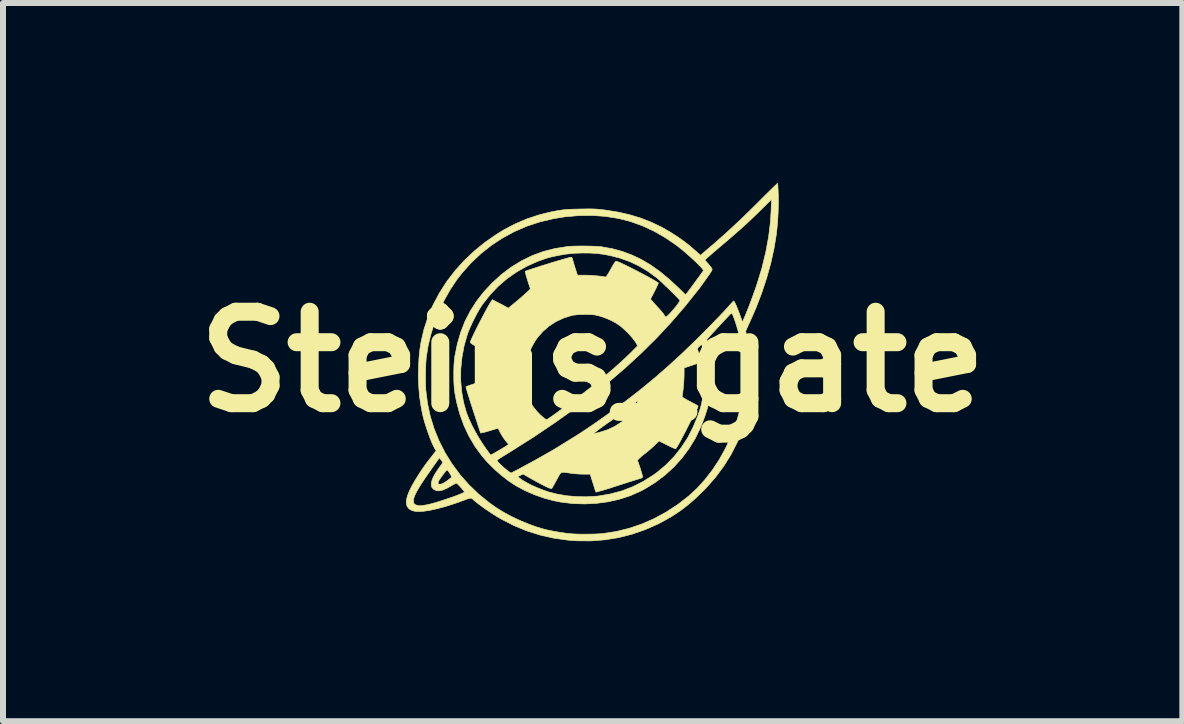
<source format=kicad_pcb>
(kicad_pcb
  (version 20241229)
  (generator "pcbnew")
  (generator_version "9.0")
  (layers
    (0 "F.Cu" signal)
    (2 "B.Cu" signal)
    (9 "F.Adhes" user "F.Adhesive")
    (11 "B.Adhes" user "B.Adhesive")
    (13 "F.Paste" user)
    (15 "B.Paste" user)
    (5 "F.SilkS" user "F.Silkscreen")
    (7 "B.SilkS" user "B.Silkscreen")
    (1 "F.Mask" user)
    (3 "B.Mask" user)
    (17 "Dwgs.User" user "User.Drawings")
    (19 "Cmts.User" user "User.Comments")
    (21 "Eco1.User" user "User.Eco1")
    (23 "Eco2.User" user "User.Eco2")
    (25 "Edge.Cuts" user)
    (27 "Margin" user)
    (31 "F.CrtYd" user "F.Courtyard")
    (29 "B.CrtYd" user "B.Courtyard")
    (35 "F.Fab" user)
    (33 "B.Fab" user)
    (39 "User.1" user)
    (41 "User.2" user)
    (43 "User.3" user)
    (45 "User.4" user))
  (footprint "Steins_gate"
    (layer "F.Cu")
    (at 6.829 2.981)
    (property "Reference" "Steins_gate" (at 0 0 0) (layer "F.SilkS") (effects (font (size 1.524 1.524) (thickness 0.3))))
    (attr through_hole)
    (fp_poly (pts (xy 3.084 -2.976) (xy 3.085 -2.965) (xy 3.087 -2.938) (xy 3.089 -2.897) (xy 3.092 -2.845) (xy 3.094 -2.788) (xy 3.096 -2.65) (xy 3.092 -2.5) (xy 3.084 -2.347) (xy 3.07 -2.199) (xy 3.062 -2.127) (xy 3.023 -1.889) (xy 2.969 -1.643) (xy 2.899 -1.393) (xy 2.816 -1.142) (xy 2.72 -0.892) (xy 2.63 -0.687) (xy 2.606 -0.635) (xy 2.585 -0.589) (xy 2.568 -0.551) (xy 2.557 -0.526) (xy 2.553 -0.517) (xy 2.553 -0.501) (xy 2.558 -0.471) (xy 2.566 -0.433) (xy 2.568 -0.423) (xy 2.602 -0.263) (xy 2.626 -0.091) (xy 2.64 0.085) (xy 2.645 0.26) (xy 2.639 0.426) (xy 2.636 0.458) (xy 2.606 0.693) (xy 2.557 0.92) (xy 2.491 1.138) (xy 2.407 1.348) (xy 2.304 1.55) (xy 2.183 1.743) (xy 2.044 1.929) (xy 1.887 2.107) (xy 1.848 2.147) (xy 1.717 2.273) (xy 1.59 2.384) (xy 1.462 2.482) (xy 1.329 2.57) (xy 1.187 2.652) (xy 1.086 2.705) (xy 0.875 2.798) (xy 0.658 2.873) (xy 0.435 2.93) (xy 0.207 2.967) (xy -0.024 2.985) (xy -0.257 2.984) (xy -0.408 2.973) (xy -0.646 2.94) (xy -0.876 2.888) (xy -1.098 2.818) (xy -1.314 2.729) (xy -1.524 2.621) (xy -1.603 2.575) (xy -1.658 2.54) (xy -1.717 2.501) (xy -1.778 2.46) (xy -1.837 2.418) (xy -1.892 2.378) (xy -1.939 2.342) (xy -1.975 2.312) (xy -1.997 2.291) (xy -2.011 2.278) (xy -2.027 2.273) (xy -2.05 2.275) (xy -2.083 2.284) (xy -2.118 2.297) (xy -2.221 2.335) (xy -2.311 2.366) (xy -2.393 2.393) (xy -2.47 2.416) (xy -2.549 2.437) (xy -2.6 2.45) (xy -2.717 2.476) (xy -2.818 2.491) (xy -2.902 2.496) (xy -2.972 2.49) (xy -3.026 2.473) (xy -3.066 2.446) (xy -3.093 2.409) (xy -3.098 2.394) (xy -3.106 2.348) (xy -3.104 2.316) (xy -2.988 2.316) (xy -2.988 2.317) (xy -2.984 2.351) (xy -2.969 2.374) (xy -2.938 2.388) (xy -2.932 2.39) (xy -2.905 2.397) (xy -2.876 2.399) (xy -2.842 2.397) (xy -2.797 2.389) (xy -2.746 2.38) (xy -2.701 2.369) (xy -2.645 2.354) (xy -2.581 2.335) (xy -2.512 2.313) (xy -2.442 2.29) (xy -2.372 2.266) (xy -2.306 2.243) (xy -2.247 2.221) (xy -2.198 2.201) (xy -2.161 2.185) (xy -2.14 2.173) (xy -2.138 2.172) (xy -2.141 2.162) (xy -2.155 2.142) (xy -2.177 2.116) (xy -2.202 2.088) (xy -2.228 2.06) (xy -2.251 2.038) (xy -2.268 2.024) (xy -2.273 2.022) (xy -2.285 2.027) (xy -2.31 2.04) (xy -2.343 2.059) (xy -2.357 2.067) (xy -2.432 2.109) (xy -2.496 2.137) (xy -2.55 2.15) (xy -2.595 2.15) (xy -2.634 2.135) (xy -2.654 2.121) (xy -2.677 2.098) (xy -2.687 2.076) (xy -2.689 2.047) (xy -2.687 2.021) (xy -2.578 2.021) (xy -2.575 2.032) (xy -2.558 2.041) (xy -2.53 2.039) (xy -2.503 2.03) (xy -2.48 2.018) (xy -2.45 1.999) (xy -2.418 1.977) (xy -2.388 1.954) (xy -2.365 1.935) (xy -2.352 1.922) (xy -2.351 1.919) (xy -2.356 1.905) (xy -2.369 1.88) (xy -2.387 1.85) (xy -2.407 1.821) (xy -2.411 1.816) (xy -2.419 1.807) (xy -2.426 1.803) (xy -2.435 1.808) (xy -2.449 1.823) (xy -2.471 1.85) (xy -2.498 1.885) (xy -2.535 1.936) (xy -2.56 1.974) (xy -2.574 2.002) (xy -2.578 2.021) (xy -2.687 2.021) (xy -2.686 2.009) (xy -2.677 1.97) (xy -2.674 1.961) (xy -2.658 1.925) (xy -2.633 1.878) (xy -2.601 1.826) (xy -2.567 1.776) (xy -2.536 1.733) (xy -2.516 1.707) (xy -2.504 1.686) (xy -2.5 1.678) (xy -2.506 1.665) (xy -2.521 1.643) (xy -2.528 1.634) (xy -2.556 1.601) (xy -2.661 1.749) (xy -2.737 1.858) (xy -2.802 1.952) (xy -2.856 2.034) (xy -2.899 2.103) (xy -2.933 2.162) (xy -2.958 2.212) (xy -2.975 2.253) (xy -2.985 2.288) (xy -2.988 2.316) (xy -3.104 2.316) (xy -3.102 2.292) (xy -3.085 2.228) (xy -3.055 2.152) (xy -3.012 2.066) (xy -2.955 1.967) (xy -2.885 1.856) (xy -2.866 1.828) (xy -2.836 1.782) (xy -2.809 1.743) (xy -2.783 1.707) (xy -2.755 1.67) (xy -2.722 1.627) (xy -2.682 1.576) (xy -2.652 1.537) (xy -2.609 1.483) (xy -2.629 1.451) (xy -2.654 1.404) (xy -2.683 1.341) (xy -2.713 1.266) (xy -2.743 1.184) (xy -2.772 1.099) (xy -2.799 1.013) (xy -2.822 0.932) (xy -2.839 0.859) (xy -2.845 0.827) (xy -2.849 0.805) (xy -2.855 0.77) (xy -2.863 0.731) (xy -2.863 0.727) (xy -2.885 0.584) (xy -2.898 0.428) (xy -2.904 0.285) (xy -2.786 0.285) (xy -2.785 0.361) (xy -2.783 0.428) (xy -2.781 0.473) (xy -2.753 0.693) (xy -2.707 0.908) (xy -2.642 1.118) (xy -2.559 1.321) (xy -2.459 1.517) (xy -2.342 1.705) (xy -2.21 1.883) (xy -2.061 2.051) (xy -1.898 2.208) (xy -1.72 2.352) (xy -1.601 2.436) (xy -1.486 2.507) (xy -1.357 2.577) (xy -1.219 2.642) (xy -1.077 2.701) (xy -0.938 2.752) (xy -0.806 2.791) (xy -0.77 2.8) (xy -0.658 2.823) (xy -0.539 2.844) (xy -0.424 2.86) (xy -0.324 2.869) (xy -0.27 2.871) (xy -0.203 2.873) (xy -0.129 2.873) (xy -0.051 2.872) (xy 0.024 2.871) (xy 0.092 2.868) (xy 0.148 2.865) (xy 0.169 2.863) (xy 0.389 2.829) (xy 0.606 2.776) (xy 0.818 2.704) (xy 1.024 2.614) (xy 1.225 2.505) (xy 1.418 2.379) (xy 1.6 2.238) (xy 1.74 2.109) (xy 1.873 1.962) (xy 1.998 1.801) (xy 2.112 1.627) (xy 2.214 1.443) (xy 2.304 1.251) (xy 2.38 1.053) (xy 2.411 0.956) (xy 2.446 0.829) (xy 2.473 0.707) (xy 2.493 0.585) (xy 2.507 0.457) (xy 2.515 0.318) (xy 2.517 0.244) (xy 2.519 0.164) (xy 2.519 0.099) (xy 2.519 0.045) (xy 2.516 -0.006) (xy 2.512 -0.056) (xy 2.505 -0.111) (xy 2.496 -0.175) (xy 2.485 -0.254) (xy 2.474 -0.311) (xy 2.459 -0.381) (xy 2.439 -0.458) (xy 2.418 -0.536) (xy 2.396 -0.611) (xy 2.375 -0.675) (xy 2.369 -0.692) (xy 2.35 -0.745) (xy 2.336 -0.781) (xy 2.325 -0.802) (xy 2.314 -0.808) (xy 2.299 -0.8) (xy 2.28 -0.781) (xy 2.252 -0.75) (xy 2.248 -0.746) (xy 2.21 -0.706) (xy 2.164 -0.657) (xy 2.114 -0.603) (xy 2.063 -0.548) (xy 2.015 -0.495) (xy 1.973 -0.45) (xy 1.941 -0.414) (xy 1.94 -0.413) (xy 1.904 -0.373) (xy 1.928 -0.28) (xy 1.95 -0.19) (xy 1.966 -0.108) (xy 1.977 -0.027) (xy 1.983 0.058) (xy 1.986 0.155) (xy 1.987 0.209) (xy 1.983 0.359) (xy 1.97 0.501) (xy 1.947 0.638) (xy 1.913 0.775) (xy 1.867 0.917) (xy 1.809 1.069) (xy 1.799 1.092) (xy 1.712 1.274) (xy 1.607 1.445) (xy 1.487 1.606) (xy 1.352 1.755) (xy 1.203 1.891) (xy 1.041 2.013) (xy 0.867 2.12) (xy 0.792 2.159) (xy 0.624 2.233) (xy 0.445 2.291) (xy 0.258 2.333) (xy 0.066 2.359) (xy -0.13 2.369) (xy -0.327 2.363) (xy -0.523 2.34) (xy -0.65 2.315) (xy -0.807 2.273) (xy -0.968 2.216) (xy -1.125 2.148) (xy -1.271 2.07) (xy -1.298 2.054) (xy -1.409 1.98) (xy -1.493 1.914) (xy -1.25 1.914) (xy -1.223 1.936) (xy -1.169 1.974) (xy -1.099 2.015) (xy -1.018 2.057) (xy -0.928 2.097) (xy -0.836 2.134) (xy -0.743 2.166) (xy -0.727 2.171) (xy -0.584 2.207) (xy -0.43 2.233) (xy -0.268 2.247) (xy -0.106 2.25) (xy 0.053 2.241) (xy 0.095 2.237) (xy 0.294 2.203) (xy 0.485 2.152) (xy 0.667 2.082) (xy 0.843 1.994) (xy 1.011 1.888) (xy 1.072 1.844) (xy 1.222 1.719) (xy 1.358 1.579) (xy 1.479 1.426) (xy 1.587 1.26) (xy 1.679 1.079) (xy 1.758 0.886) (xy 1.797 0.767) (xy 1.815 0.697) (xy 1.831 0.612) (xy 1.846 0.518) (xy 1.859 0.421) (xy 1.867 0.325) (xy 1.872 0.237) (xy 1.872 0.204) (xy 1.871 0.153) (xy 1.868 0.091) (xy 1.863 0.022) (xy 1.856 -0.049) (xy 1.849 -0.117) (xy 1.841 -0.177) (xy 1.833 -0.224) (xy 1.83 -0.239) (xy 1.817 -0.293) (xy 1.78 -0.259) (xy 1.764 -0.244) (xy 1.754 -0.232) (xy 1.75 -0.219) (xy 1.751 -0.202) (xy 1.758 -0.176) (xy 1.771 -0.137) (xy 1.787 -0.095) (xy 1.8 -0.059) (xy 1.809 -0.029) (xy 1.813 -0.01) (xy 1.813 -0.01) (xy 1.806 -0.001) (xy 1.785 0.011) (xy 1.748 0.026) (xy 1.694 0.045) (xy 1.668 0.054) (xy 1.524 0.102) (xy 1.524 0.218) (xy 1.522 0.279) (xy 1.518 0.351) (xy 1.511 0.428) (xy 1.503 0.503) (xy 1.494 0.567) (xy 1.491 0.582) (xy 1.499 0.59) (xy 1.521 0.605) (xy 1.555 0.625) (xy 1.598 0.649) (xy 1.617 0.659) (xy 1.663 0.683) (xy 1.704 0.705) (xy 1.735 0.722) (xy 1.752 0.733) (xy 1.755 0.735) (xy 1.755 0.749) (xy 1.744 0.779) (xy 1.72 0.823) (xy 1.72 0.823) (xy 1.703 0.856) (xy 1.678 0.902) (xy 1.649 0.959) (xy 1.617 1.021) (xy 1.584 1.086) (xy 1.574 1.106) (xy 1.528 1.196) (xy 1.487 1.274) (xy 1.452 1.34) (xy 1.423 1.391) (xy 1.401 1.427) (xy 1.387 1.447) (xy 1.384 1.45) (xy 1.372 1.447) (xy 1.347 1.437) (xy 1.31 1.421) (xy 1.265 1.399) (xy 1.241 1.387) (xy 1.106 1.32) (xy 1.028 1.395) (xy 0.986 1.434) (xy 0.938 1.476) (xy 0.893 1.513) (xy 0.876 1.526) (xy 0.84 1.554) (xy 0.806 1.582) (xy 0.781 1.605) (xy 0.774 1.611) (xy 0.747 1.64) (xy 0.767 1.699) (xy 0.786 1.754) (xy 0.803 1.809) (xy 0.818 1.857) (xy 0.828 1.894) (xy 0.831 1.904) (xy 0.833 1.917) (xy 0.83 1.927) (xy 0.818 1.935) (xy 0.794 1.944) (xy 0.755 1.956) (xy 0.75 1.957) (xy 0.713 1.969) (xy 0.662 1.985) (xy 0.601 2.004) (xy 0.533 2.026) (xy 0.464 2.048) (xy 0.396 2.07) (xy 0.336 2.089) (xy 0.294 2.103) (xy 0.268 2.112) (xy 0.231 2.122) (xy 0.19 2.135) (xy 0.147 2.147) (xy 0.109 2.158) (xy 0.078 2.167) (xy 0.06 2.171) (xy 0.058 2.171) (xy 0.05 2.163) (xy 0.045 2.149) (xy 0.039 2.131) (xy 0.03 2.099) (xy 0.016 2.056) (xy 0.001 2.008) (xy -0.002 2) (xy -0.041 1.873) (xy -0.153 1.873) (xy -0.214 1.871) (xy -0.281 1.867) (xy -0.344 1.86) (xy -0.369 1.857) (xy -0.428 1.847) (xy -0.47 1.842) (xy -0.5 1.841) (xy -0.523 1.848) (xy -0.541 1.864) (xy -0.559 1.891) (xy -0.58 1.93) (xy -0.601 1.969) (xy -0.627 2.016) (xy -0.65 2.057) (xy -0.668 2.089) (xy -0.68 2.108) (xy -0.683 2.111) (xy -0.697 2.112) (xy -0.727 2.103) (xy -0.774 2.082) (xy -0.836 2.051) (xy -0.915 2.009) (xy -1.011 1.956) (xy -1.016 1.953) (xy -1.16 1.871) (xy -1.25 1.914) (xy -1.493 1.914) (xy -1.523 1.891) (xy -1.635 1.793) (xy -1.739 1.69) (xy -1.779 1.646) (xy -1.594 1.646) (xy -1.586 1.659) (xy -1.566 1.682) (xy -1.537 1.712) (xy -1.502 1.744) (xy -1.465 1.777) (xy -1.428 1.807) (xy -1.395 1.832) (xy -1.37 1.848) (xy -1.357 1.853) (xy -1.347 1.848) (xy -1.323 1.835) (xy -1.286 1.816) (xy -1.238 1.791) (xy -1.184 1.762) (xy -1.147 1.742) (xy -1.081 1.706) (xy -1.013 1.669) (xy -0.949 1.634) (xy -0.892 1.602) (xy -0.847 1.577) (xy -0.837 1.571) (xy -0.791 1.545) (xy -0.746 1.519) (xy -0.709 1.498) (xy -0.687 1.486) (xy -0.664 1.472) (xy -0.627 1.45) (xy -0.579 1.421) (xy -0.523 1.386) (xy -0.462 1.348) (xy -0.398 1.309) (xy -0.334 1.269) (xy -0.274 1.232) (xy -0.22 1.198) (xy -0.212 1.193) (xy 0.021 1.193) (xy 0.026 1.195) (xy 0.042 1.192) (xy 0.074 1.185) (xy 0.112 1.176) (xy 0.247 1.133) (xy 0.37 1.075) (xy 0.482 1.003) (xy 0.58 0.918) (xy 0.663 0.821) (xy 0.669 0.812) (xy 0.689 0.782) (xy 0.71 0.747) (xy 0.73 0.712) (xy 0.746 0.68) (xy 0.756 0.658) (xy 0.757 0.652) (xy 0.754 0.651) (xy 0.745 0.656) (xy 0.728 0.668) (xy 0.7 0.689) (xy 0.659 0.721) (xy 0.633 0.742) (xy 0.595 0.771) (xy 0.547 0.806) (xy 0.498 0.843) (xy 0.463 0.868) (xy 0.421 0.899) (xy 0.381 0.927) (xy 0.348 0.951) (xy 0.329 0.966) (xy 0.299 0.987) (xy 0.269 1.007) (xy 0.264 1.01) (xy 0.246 1.023) (xy 0.217 1.043) (xy 0.18 1.07) (xy 0.14 1.099) (xy 0.101 1.128) (xy 0.066 1.155) (xy 0.04 1.175) (xy 0.025 1.187) (xy 0.021 1.193) (xy -0.212 1.193) (xy -0.199 1.184) (xy -0.164 1.161) (xy -0.116 1.129) (xy -0.061 1.092) (xy -0.002 1.052) (xy 0.055 1.013) (xy 0.318 0.827) (xy 0.567 0.643) (xy 0.805 0.458) (xy 1.035 0.268) (xy 1.261 0.071) (xy 1.487 -0.136) (xy 1.716 -0.357) (xy 1.854 -0.494) (xy 1.921 -0.562) (xy 1.988 -0.63) (xy 2.052 -0.697) (xy 2.112 -0.758) (xy 2.164 -0.813) (xy 2.207 -0.859) (xy 2.239 -0.894) (xy 2.241 -0.896) (xy 2.276 -0.936) (xy 2.307 -0.97) (xy 2.332 -0.996) (xy 2.346 -1.011) (xy 2.35 -1.014) (xy 2.358 -1.007) (xy 2.371 -0.984) (xy 2.388 -0.948) (xy 2.408 -0.901) (xy 2.429 -0.848) (xy 2.45 -0.792) (xy 2.469 -0.739) (xy 2.482 -0.703) (xy 2.491 -0.682) (xy 2.497 -0.672) (xy 2.501 -0.672) (xy 2.505 -0.68) (xy 2.51 -0.692) (xy 2.523 -0.724) (xy 2.535 -0.752) (xy 2.553 -0.794) (xy 2.576 -0.851) (xy 2.603 -0.919) (xy 2.632 -0.995) (xy 2.662 -1.076) (xy 2.691 -1.156) (xy 2.718 -1.233) (xy 2.739 -1.295) (xy 2.821 -1.562) (xy 2.885 -1.826) (xy 2.933 -2.085) (xy 2.964 -2.337) (xy 2.975 -2.532) (xy 2.981 -2.708) (xy 2.778 -2.507) (xy 2.691 -2.422) (xy 2.6 -2.336) (xy 2.503 -2.247) (xy 2.397 -2.153) (xy 2.28 -2.051) (xy 2.151 -1.941) (xy 2.076 -1.878) (xy 2.031 -1.839) (xy 1.988 -1.802) (xy 1.95 -1.769) (xy 1.921 -1.744) (xy 1.914 -1.738) (xy 1.87 -1.697) (xy 1.931 -1.628) (xy 1.958 -1.596) (xy 1.979 -1.567) (xy 1.99 -1.547) (xy 1.992 -1.541) (xy 1.987 -1.526) (xy 1.972 -1.499) (xy 1.95 -1.465) (xy 1.935 -1.443) (xy 1.883 -1.37) (xy 1.842 -1.313) (xy 1.809 -1.267) (xy 1.783 -1.231) (xy 1.762 -1.204) (xy 1.758 -1.199) (xy 1.536 -0.921) (xy 1.305 -0.654) (xy 1.064 -0.395) (xy 0.811 -0.145) (xy 0.544 0.101) (xy 0.263 0.342) (xy -0.035 0.58) (xy -0.305 0.784) (xy -0.639 1.021) (xy -0.988 1.256) (xy -1.356 1.489) (xy -1.404 1.519) (xy -1.466 1.557) (xy -1.513 1.586) (xy -1.546 1.607) (xy -1.569 1.622) (xy -1.583 1.632) (xy -1.591 1.639) (xy -1.593 1.644) (xy -1.594 1.646) (xy -1.779 1.646) (xy -1.831 1.586) (xy -1.837 1.58) (xy -1.957 1.417) (xy -2.06 1.244) (xy -2.146 1.061) (xy -2.216 0.868) (xy -2.27 0.664) (xy -2.298 0.513) (xy -2.307 0.438) (xy -2.313 0.349) (xy -2.314 0.31) (xy -2.2 0.31) (xy -2.184 0.496) (xy -2.152 0.676) (xy -2.103 0.849) (xy -2.101 0.854) (xy -2.064 0.948) (xy -2.016 1.052) (xy -1.96 1.159) (xy -1.899 1.265) (xy -1.836 1.364) (xy -1.822 1.385) (xy -1.781 1.444) (xy -1.747 1.492) (xy -1.721 1.527) (xy -1.705 1.548) (xy -1.699 1.554) (xy -1.689 1.549) (xy -1.666 1.536) (xy -1.633 1.518) (xy -1.607 1.503) (xy -1.551 1.47) (xy -1.508 1.445) (xy -1.478 1.427) (xy -1.456 1.413) (xy -1.44 1.403) (xy -1.427 1.394) (xy -1.425 1.392) (xy -1.4 1.375) (xy -1.426 1.347) (xy -1.454 1.313) (xy -1.487 1.267) (xy -1.518 1.218) (xy -1.544 1.172) (xy -1.554 1.15) (xy -1.57 1.12) (xy -1.583 1.108) (xy -1.587 1.109) (xy -1.612 1.117) (xy -1.649 1.129) (xy -1.694 1.142) (xy -1.74 1.156) (xy -1.783 1.168) (xy -1.816 1.177) (xy -1.833 1.18) (xy -1.868 1.187) (xy -1.969 0.88) (xy -2.006 0.767) (xy -2.038 0.668) (xy -2.064 0.584) (xy -2.085 0.517) (xy -2.1 0.465) (xy -2.109 0.432) (xy -2.112 0.417) (xy -2.103 0.412) (xy -2.079 0.402) (xy -2.045 0.39) (xy -2.004 0.376) (xy -1.962 0.362) (xy -1.921 0.35) (xy -1.887 0.34) (xy -1.863 0.334) (xy -1.863 0.334) (xy -1.843 0.33) (xy -1.828 0.326) (xy -1.818 0.318) (xy -1.811 0.304) (xy -1.134 0.304) (xy -1.132 0.369) (xy -1.128 0.403) (xy -1.115 0.463) (xy -1.095 0.532) (xy -1.068 0.603) (xy -1.039 0.668) (xy -1.015 0.712) (xy -0.988 0.753) (xy -0.954 0.796) (xy -0.917 0.839) (xy -0.878 0.879) (xy -0.84 0.914) (xy -0.807 0.942) (xy -0.78 0.959) (xy -0.762 0.963) (xy -0.762 0.962) (xy -0.75 0.955) (xy -0.725 0.938) (xy -0.69 0.914) (xy -0.646 0.883) (xy -0.601 0.851) (xy -0.552 0.815) (xy -0.506 0.782) (xy -0.467 0.754) (xy -0.438 0.733) (xy -0.423 0.723) (xy -0.39 0.699) (xy -0.345 0.666) (xy -0.289 0.624) (xy -0.227 0.577) (xy -0.161 0.527) (xy -0.095 0.476) (xy -0.031 0.426) (xy 0.028 0.38) (xy 0.079 0.34) (xy 0.085 0.335) (xy 0.18 0.257) (xy 0.277 0.175) (xy 0.374 0.091) (xy 0.465 0.009) (xy 0.549 -0.068) (xy 0.622 -0.138) (xy 0.646 -0.162) (xy 0.749 -0.266) (xy 0.732 -0.3) (xy 0.702 -0.347) (xy 0.66 -0.401) (xy 0.609 -0.459) (xy 0.551 -0.517) (xy 0.491 -0.572) (xy 0.45 -0.605) (xy 0.391 -0.645) (xy 0.319 -0.684) (xy 0.239 -0.72) (xy 0.158 -0.75) (xy 0.115 -0.763) (xy 0.07 -0.774) (xy 0.032 -0.782) (xy -0.007 -0.786) (xy -0.052 -0.789) (xy -0.109 -0.79) (xy -0.129 -0.79) (xy -0.211 -0.788) (xy -0.277 -0.783) (xy -0.331 -0.776) (xy -0.349 -0.772) (xy -0.483 -0.73) (xy -0.61 -0.671) (xy -0.726 -0.596) (xy -0.831 -0.505) (xy -0.923 -0.399) (xy -0.939 -0.377) (xy -0.975 -0.321) (xy -1.013 -0.252) (xy -1.049 -0.177) (xy -1.08 -0.103) (xy -1.103 -0.036) (xy -1.105 -0.03) (xy -1.116 0.019) (xy -1.124 0.083) (xy -1.131 0.155) (xy -1.134 0.231) (xy -1.134 0.304) (xy -1.811 0.304) (xy -1.811 0.304) (xy -1.807 0.281) (xy -1.804 0.246) (xy -1.802 0.196) (xy -1.8 0.137) (xy -1.797 0.074) (xy -1.794 0.013) (xy -1.79 -0.04) (xy -1.785 -0.082) (xy -1.782 -0.104) (xy -1.776 -0.138) (xy -1.775 -0.158) (xy -1.779 -0.168) (xy -1.784 -0.172) (xy -1.797 -0.179) (xy -1.825 -0.194) (xy -1.863 -0.215) (xy -1.907 -0.239) (xy -1.921 -0.246) (xy -1.969 -0.273) (xy -2.003 -0.292) (xy -2.024 -0.306) (xy -2.035 -0.317) (xy -2.039 -0.327) (xy -2.038 -0.335) (xy -2.029 -0.359) (xy -2.012 -0.397) (xy -1.989 -0.447) (xy -1.96 -0.507) (xy -1.927 -0.573) (xy -1.891 -0.644) (xy -1.854 -0.715) (xy -1.817 -0.785) (xy -1.782 -0.851) (xy -1.75 -0.91) (xy -1.722 -0.959) (xy -1.699 -0.996) (xy -1.691 -1.008) (xy -1.672 -1.036) (xy -1.576 -0.986) (xy -1.532 -0.964) (xy -1.491 -0.942) (xy -1.458 -0.924) (xy -1.443 -0.916) (xy -1.407 -0.894) (xy -1.289 -0.991) (xy -1.241 -1.031) (xy -1.192 -1.073) (xy -1.147 -1.112) (xy -1.111 -1.145) (xy -1.104 -1.151) (xy -1.038 -1.214) (xy -1.06 -1.282) (xy -1.08 -1.343) (xy -1.097 -1.398) (xy -1.111 -1.446) (xy -1.12 -1.481) (xy -1.125 -1.503) (xy -1.125 -1.508) (xy -1.112 -1.514) (xy -1.083 -1.524) (xy -1.04 -1.539) (xy -0.985 -1.557) (xy -0.922 -1.577) (xy -0.852 -1.6) (xy -0.779 -1.622) (xy -0.704 -1.646) (xy -0.631 -1.668) (xy -0.561 -1.689) (xy -0.498 -1.707) (xy -0.445 -1.723) (xy -0.402 -1.734) (xy -0.374 -1.741) (xy -0.364 -1.743) (xy -0.347 -1.738) (xy -0.337 -1.721) (xy -0.335 -1.711) (xy -0.33 -1.689) (xy -0.319 -1.653) (xy -0.306 -1.608) (xy -0.291 -1.561) (xy -0.254 -1.444) (xy -0.129 -1.444) (xy -0.077 -1.443) (xy -0.017 -1.44) (xy 0.046 -1.435) (xy 0.107 -1.429) (xy 0.16 -1.423) (xy 0.201 -1.416) (xy 0.217 -1.413) (xy 0.225 -1.42) (xy 0.242 -1.442) (xy 0.264 -1.477) (xy 0.29 -1.522) (xy 0.302 -1.544) (xy 0.331 -1.596) (xy 0.353 -1.633) (xy 0.369 -1.657) (xy 0.381 -1.671) (xy 0.391 -1.676) (xy 0.397 -1.676) (xy 0.415 -1.67) (xy 0.448 -1.657) (xy 0.492 -1.637) (xy 0.546 -1.611) (xy 0.607 -1.581) (xy 0.672 -1.548) (xy 0.741 -1.513) (xy 0.809 -1.477) (xy 0.875 -1.442) (xy 0.937 -1.409) (xy 0.991 -1.378) (xy 1.037 -1.352) (xy 1.071 -1.331) (xy 1.091 -1.317) (xy 1.096 -1.312) (xy 1.091 -1.3) (xy 1.079 -1.274) (xy 1.062 -1.237) (xy 1.04 -1.193) (xy 1.016 -1.145) (xy 0.991 -1.097) (xy 0.982 -1.081) (xy 0.971 -1.059) (xy 0.966 -1.045) (xy 0.966 -1.044) (xy 0.973 -1.035) (xy 0.991 -1.014) (xy 1.017 -0.983) (xy 1.051 -0.947) (xy 1.072 -0.924) (xy 1.11 -0.883) (xy 1.144 -0.844) (xy 1.172 -0.81) (xy 1.189 -0.786) (xy 1.193 -0.779) (xy 1.206 -0.758) (xy 1.218 -0.747) (xy 1.219 -0.747) (xy 1.233 -0.755) (xy 1.257 -0.775) (xy 1.287 -0.805) (xy 1.32 -0.842) (xy 1.355 -0.882) (xy 1.389 -0.923) (xy 1.418 -0.961) (xy 1.44 -0.993) (xy 1.452 -1.016) (xy 1.454 -1.023) (xy 1.447 -1.033) (xy 1.428 -1.055) (xy 1.399 -1.085) (xy 1.362 -1.123) (xy 1.319 -1.165) (xy 1.273 -1.211) (xy 1.225 -1.256) (xy 1.179 -1.3) (xy 1.137 -1.34) (xy 1.1 -1.373) (xy 1.071 -1.399) (xy 1.06 -1.407) (xy 0.915 -1.512) (xy 0.769 -1.599) (xy 0.619 -1.67) (xy 0.46 -1.727) (xy 0.291 -1.771) (xy 0.181 -1.792) (xy 0.075 -1.805) (xy -0.044 -1.813) (xy -0.168 -1.814) (xy -0.293 -1.81) (xy -0.411 -1.799) (xy -0.489 -1.788) (xy -0.578 -1.772) (xy -0.654 -1.756) (xy -0.722 -1.74) (xy -0.788 -1.72) (xy -0.857 -1.696) (xy -0.917 -1.674) (xy -1.095 -1.595) (xy -1.265 -1.499) (xy -1.426 -1.387) (xy -1.574 -1.26) (xy -1.709 -1.119) (xy -1.83 -0.965) (xy -1.857 -0.926) (xy -1.892 -0.87) (xy -1.931 -0.801) (xy -1.971 -0.724) (xy -2.01 -0.645) (xy -2.045 -0.568) (xy -2.074 -0.498) (xy -2.091 -0.45) (xy -2.144 -0.263) (xy -2.179 -0.072) (xy -2.198 0.12) (xy -2.2 0.31) (xy -2.314 0.31) (xy -2.315 0.253) (xy -2.315 0.154) (xy -2.312 0.058) (xy -2.305 -0.029) (xy -2.297 -0.095) (xy -2.255 -0.301) (xy -2.199 -0.494) (xy -2.128 -0.675) (xy -2.04 -0.846) (xy -1.936 -1.009) (xy -1.815 -1.165) (xy -1.679 -1.31) (xy -1.524 -1.453) (xy -1.36 -1.577) (xy -1.189 -1.682) (xy -1.011 -1.769) (xy -0.825 -1.838) (xy -0.631 -1.888) (xy -0.429 -1.92) (xy -0.401 -1.923) (xy -0.352 -1.927) (xy -0.29 -1.929) (xy -0.218 -1.93) (xy -0.141 -1.93) (xy -0.063 -1.929) (xy 0.011 -1.927) (xy 0.076 -1.924) (xy 0.129 -1.92) (xy 0.154 -1.917) (xy 0.329 -1.885) (xy 0.496 -1.839) (xy 0.657 -1.779) (xy 0.813 -1.705) (xy 0.966 -1.614) (xy 1.118 -1.507) (xy 1.27 -1.381) (xy 1.418 -1.245) (xy 1.459 -1.205) (xy 1.495 -1.17) (xy 1.523 -1.142) (xy 1.542 -1.124) (xy 1.548 -1.118) (xy 1.551 -1.119) (xy 1.558 -1.127) (xy 1.57 -1.143) (xy 1.589 -1.168) (xy 1.616 -1.204) (xy 1.652 -1.252) (xy 1.697 -1.315) (xy 1.712 -1.335) (xy 1.754 -1.393) (xy 1.787 -1.437) (xy 1.81 -1.47) (xy 1.827 -1.492) (xy 1.837 -1.507) (xy 1.844 -1.517) (xy 1.846 -1.521) (xy 1.842 -1.533) (xy 1.825 -1.556) (xy 1.797 -1.588) (xy 1.758 -1.626) (xy 1.713 -1.671) (xy 1.662 -1.718) (xy 1.607 -1.768) (xy 1.551 -1.817) (xy 1.496 -1.864) (xy 1.442 -1.907) (xy 1.395 -1.944) (xy 1.207 -2.072) (xy 1.016 -2.181) (xy 0.822 -2.27) (xy 0.626 -2.34) (xy 0.433 -2.389) (xy 0.216 -2.424) (xy -0.008 -2.44) (xy -0.236 -2.437) (xy -0.469 -2.416) (xy -0.658 -2.385) (xy -0.881 -2.332) (xy -1.096 -2.261) (xy -1.302 -2.172) (xy -1.499 -2.066) (xy -1.685 -1.944) (xy -1.861 -1.805) (xy -2.026 -1.65) (xy -2.178 -1.48) (xy -2.267 -1.365) (xy -2.373 -1.206) (xy -2.471 -1.033) (xy -2.558 -0.849) (xy -2.633 -0.659) (xy -2.695 -0.465) (xy -2.742 -0.272) (xy -2.772 -0.084) (xy -2.774 -0.07) (xy -2.778 -0.019) (xy -2.782 0.047) (xy -2.784 0.123) (xy -2.786 0.204) (xy -2.786 0.285) (xy -2.904 0.285) (xy -2.905 0.265) (xy -2.903 0.099) (xy -2.895 -0.065) (xy -2.879 -0.219) (xy -2.862 -0.324) (xy -2.813 -0.538) (xy -2.745 -0.747) (xy -2.659 -0.95) (xy -2.555 -1.146) (xy -2.435 -1.334) (xy -2.298 -1.513) (xy -2.146 -1.683) (xy -1.978 -1.842) (xy -1.797 -1.99) (xy -1.601 -2.126) (xy -1.474 -2.204) (xy -1.291 -2.299) (xy -1.097 -2.382) (xy -0.898 -2.448) (xy -0.782 -2.478) (xy -0.696 -2.498) (xy -0.621 -2.513) (xy -0.552 -2.525) (xy -0.485 -2.534) (xy -0.414 -2.54) (xy -0.334 -2.544) (xy -0.241 -2.546) (xy -0.209 -2.547) (xy -0.125 -2.548) (xy -0.056 -2.549) (xy 0.002 -2.548) (xy 0.053 -2.546) (xy 0.104 -2.542) (xy 0.157 -2.536) (xy 0.199 -2.531) (xy 0.411 -2.498) (xy 0.608 -2.454) (xy 0.794 -2.398) (xy 0.97 -2.33) (xy 1.141 -2.249) (xy 1.285 -2.167) (xy 1.406 -2.09) (xy 1.516 -2.013) (xy 1.62 -1.932) (xy 1.726 -1.84) (xy 1.748 -1.821) (xy 1.797 -1.776) (xy 1.898 -1.862) (xy 2.053 -1.995) (xy 2.197 -2.123) (xy 2.336 -2.25) (xy 2.475 -2.38) (xy 2.617 -2.518) (xy 2.743 -2.643) (xy 2.81 -2.71) (xy 2.873 -2.773) (xy 2.931 -2.83) (xy 2.981 -2.879) (xy 3.023 -2.92) (xy 3.055 -2.95) (xy 3.075 -2.969) (xy 3.083 -2.976) (xy 3.084 -2.976)) (stroke (width 0.01) (type solid)) (fill yes) (layer "F.SilkS")))
  (gr_rect
    (start -3 -3)
    (end 16.658 8.971)
    (stroke (width 0.1) (type default))
    (fill no)
    (layer "Edge.Cuts")))
</source>
